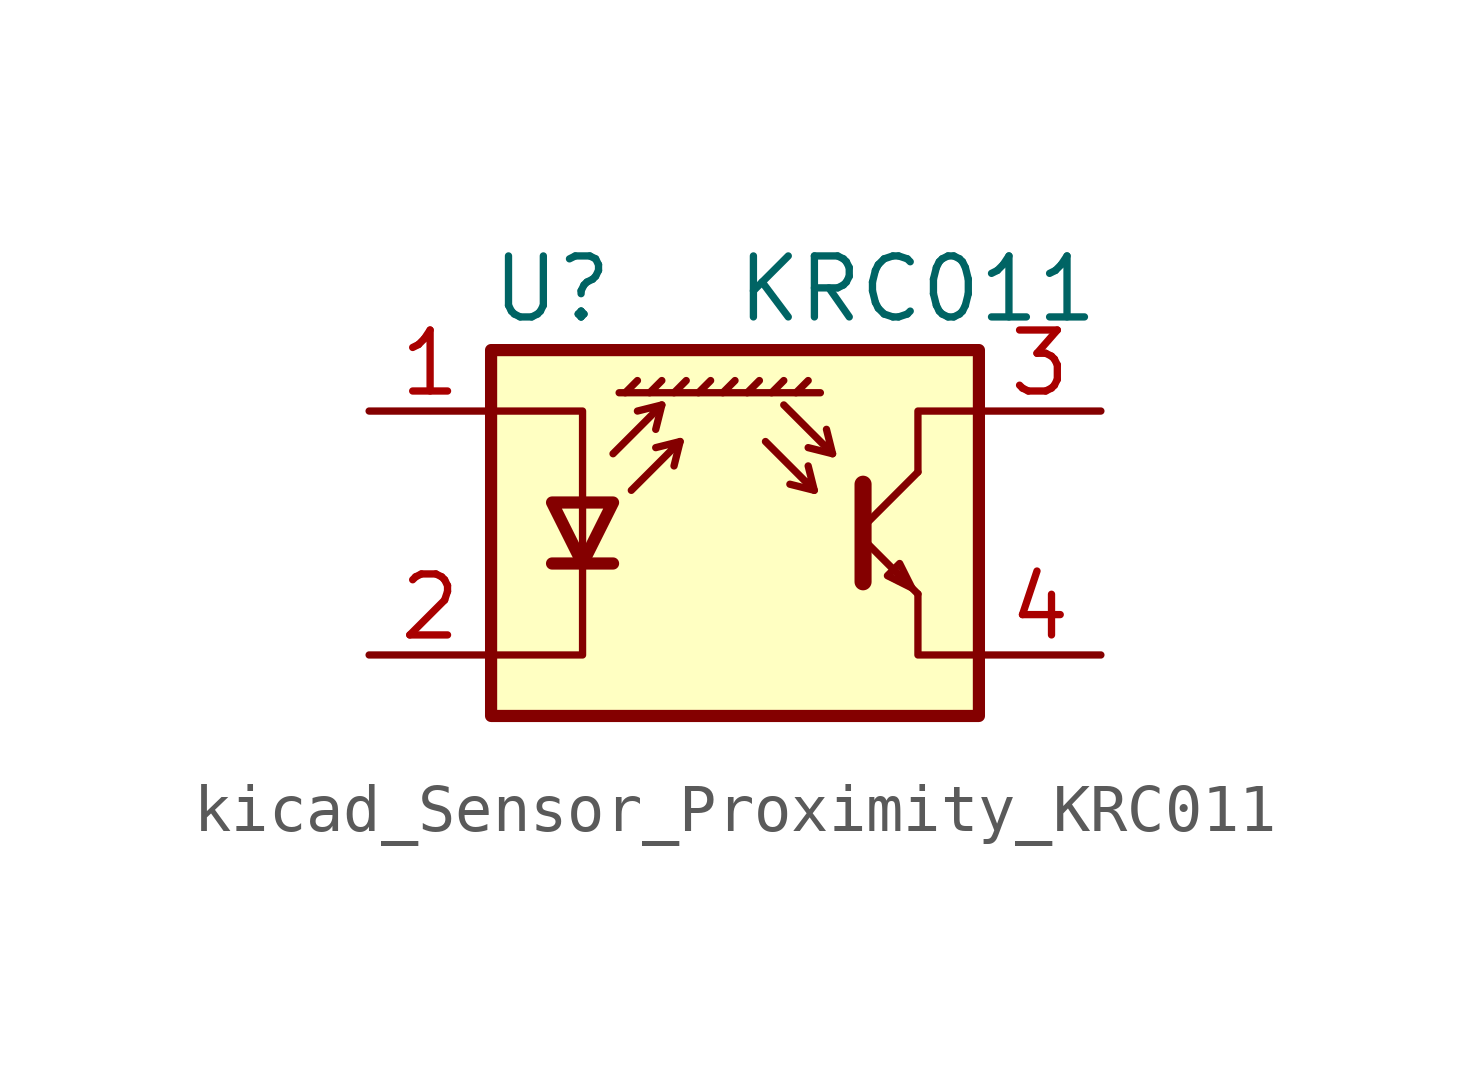
<source format=kicad_sym>
(kicad_symbol_lib
  (version 20220914)
  (generator kicad_symbol_editor)
  (symbol "kicad_Sensor_Proximity_KRC011"
    (pin_names
      (offset 1.016) hide)
    (property "Reference" "U"
      (at -3.81 5.08 0)
      (effects (font (size 1.27 1.27))))
    (property "Value" "KRC011"
      (at 7.62 5.08 0)
      (effects (font (size 1.27 1.27)) (justify right)))
    (symbol "kicad_Sensor_Proximity_KRC011_0_1"
      (polyline (pts (xy -3.81 -0.635) (xy -2.54 -0.635)) (stroke (width 0.254) (type default)) (fill (type none)))
      (polyline (pts (xy -2.286 2.921) (xy -2.032 3.175)) (stroke (width 0) (type default)) (fill (type none)))
      (polyline (pts (xy -1.778 2.921) (xy -1.524 3.175)) (stroke (width 0) (type default)) (fill (type none)))
      (polyline (pts (xy -1.524 2.667) (xy -1.651 2.159)) (stroke (width 0) (type default)) (fill (type none)))
      (polyline (pts (xy -1.27 2.921) (xy -1.016 3.175)) (stroke (width 0) (type default)) (fill (type none)))
      (polyline (pts (xy -1.143 1.905) (xy -1.27 1.397)) (stroke (width 0) (type default)) (fill (type none)))
      (polyline (pts (xy -0.762 2.921) (xy -0.508 3.175)) (stroke (width 0) (type default)) (fill (type none)))
      (polyline (pts (xy -0.254 2.921) (xy 0 3.175)) (stroke (width 0) (type default)) (fill (type none)))
      (polyline (pts (xy 0.254 2.921) (xy 0.508 3.175)) (stroke (width 0) (type default)) (fill (type none)))
      (polyline (pts (xy 0.762 2.921) (xy 1.016 3.175)) (stroke (width 0) (type default)) (fill (type none)))
      (polyline (pts (xy 1.27 2.921) (xy 1.524 3.175)) (stroke (width 0) (type default)) (fill (type none)))
      (polyline (pts (xy 1.651 0.889) (xy 1.143 1.016)) (stroke (width 0) (type default)) (fill (type none)))
      (polyline (pts (xy 1.778 2.921) (xy -2.413 2.921)) (stroke (width 0) (type default)) (fill (type none)))
      (polyline (pts (xy 2.032 1.651) (xy 1.524 1.778)) (stroke (width 0) (type default)) (fill (type none)))
      (polyline (pts (xy 2.667 -0.127) (xy 3.81 -1.27)) (stroke (width 0) (type default)) (fill (type none)))
      (polyline (pts (xy 2.667 0.127) (xy 3.81 1.27)) (stroke (width 0) (type default)) (fill (type none)))
      (polyline (pts (xy -2.54 1.651) (xy -1.524 2.667) (xy -2.032 2.54)) (stroke (width 0) (type default)) (fill (type none)))
      (polyline (pts (xy -2.159 0.889) (xy -1.143 1.905) (xy -1.651 1.778)) (stroke (width 0) (type default)) (fill (type none)))
      (polyline (pts (xy 0.635 1.905) (xy 1.651 0.889) (xy 1.524 1.397)) (stroke (width 0) (type default)) (fill (type none)))
      (polyline (pts (xy 1.016 2.667) (xy 2.032 1.651) (xy 1.905 2.159)) (stroke (width 0) (type default)) (fill (type none)))
      (polyline (pts (xy 2.667 1.016) (xy 2.667 -1.016) (xy 2.667 -1.016)) (stroke (width 0.356) (type default)) (fill (type none)))
      (polyline (pts (xy 3.81 -1.27) (xy 3.81 -2.54) (xy 5.08 -2.54)) (stroke (width 0) (type default)) (fill (type none)))
      (polyline (pts (xy 3.81 1.27) (xy 3.81 2.54) (xy 5.08 2.54)) (stroke (width 0) (type default)) (fill (type none)))
      (polyline (pts (xy -5.08 -2.54) (xy -3.175 -2.54) (xy -3.175 2.54) (xy -5.08 2.54)) (stroke (width 0) (type default)) (fill (type none)))
      (polyline (pts (xy -3.175 -0.635) (xy -3.81 0.635) (xy -2.54 0.635) (xy -3.175 -0.635)) (stroke (width 0.254) (type default)) (fill (type none)))
      (polyline (pts (xy 3.683 -1.143) (xy 3.429 -0.635) (xy 3.175 -0.889) (xy 3.683 -1.143)) (stroke (width 0) (type default)) (fill (type none)))
      (polyline (pts (xy -5.08 -3.81) (xy 5.08 -3.81) (xy 5.08 3.81) (xy -5.08 3.81) (xy -5.08 -3.81)) (stroke (width 0.254) (type default)) (fill (type background))))
    (symbol "kicad_Sensor_Proximity_KRC011_1_1"
      (pin passive line (at -7.62 2.54 0) (length 2.54) (name "A" (effects (font (size 1.27 1.27)))) (number "1" (effects (font (size 1.27 1.27)))))
      (pin passive line (at -7.62 -2.54 0) (length 2.54) (name "K" (effects (font (size 1.27 1.27)))) (number "2" (effects (font (size 1.27 1.27)))))
      (pin open_collector line (at 7.62 2.54 180) (length 2.54) (name "C" (effects (font (size 1.27 1.27)))) (number "3" (effects (font (size 1.27 1.27)))))
      (pin open_emitter line (at 7.62 -2.54 180) (length 2.54) (name "E" (effects (font (size 1.27 1.27)))) (number "4" (effects (font (size 1.27 1.27))))))))
</source>
